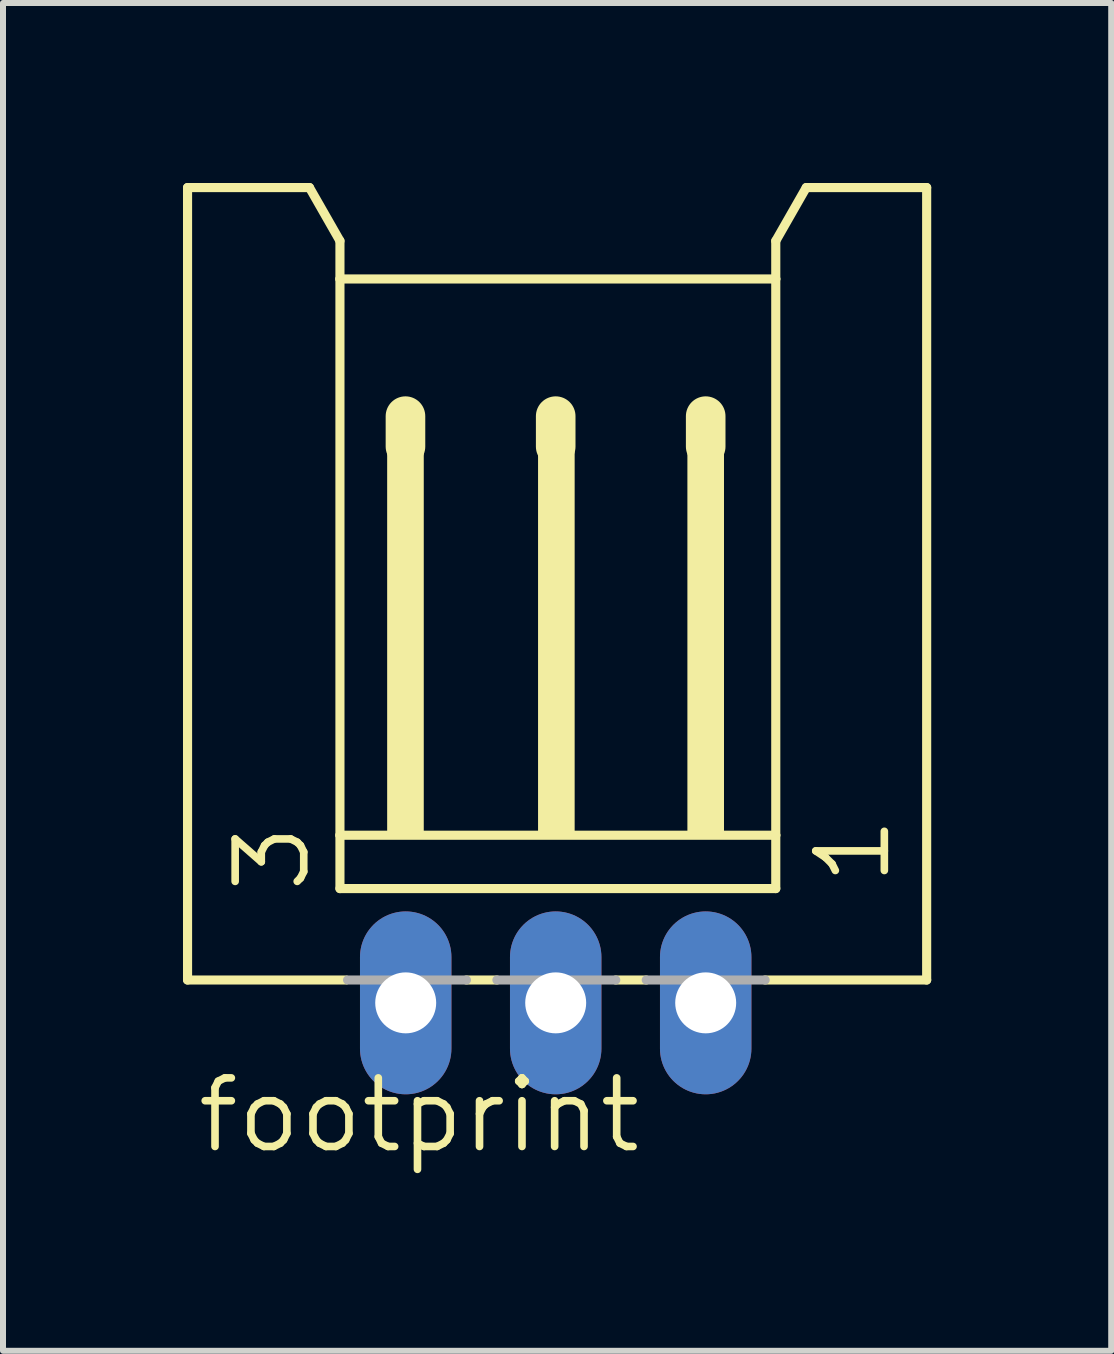
<source format=kicad_pcb>
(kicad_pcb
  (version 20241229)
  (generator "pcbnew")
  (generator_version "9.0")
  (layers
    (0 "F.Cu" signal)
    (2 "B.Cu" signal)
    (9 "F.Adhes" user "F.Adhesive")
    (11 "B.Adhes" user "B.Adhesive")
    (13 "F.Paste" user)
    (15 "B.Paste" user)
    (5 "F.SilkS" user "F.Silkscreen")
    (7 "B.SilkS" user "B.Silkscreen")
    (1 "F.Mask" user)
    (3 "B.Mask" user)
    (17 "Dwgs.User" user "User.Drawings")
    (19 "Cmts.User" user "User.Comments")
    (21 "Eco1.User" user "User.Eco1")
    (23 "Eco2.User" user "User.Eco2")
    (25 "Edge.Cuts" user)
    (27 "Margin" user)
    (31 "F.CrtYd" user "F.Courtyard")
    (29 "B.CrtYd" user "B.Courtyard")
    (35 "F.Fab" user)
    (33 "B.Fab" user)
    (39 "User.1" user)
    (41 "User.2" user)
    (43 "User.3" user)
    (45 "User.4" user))
  (footprint "footprint"
    (layer "F.Cu")
    (at 6.212 7.415)
    (property "Reference" "footprint" (at -6.034 8.79 0) (layer "F.SilkS") (effects (font (size 1.143 1.143) (thickness 0.127)) (justify left bottom)))
    (fp_line (start -6.136 -7.339) (end -4.104 -7.339) (stroke (width 0.152) (type solid)) (layer "F.SilkS"))
    (fp_line (start -6.136 5.869) (end -6.136 -7.339) (stroke (width 0.152) (type solid)) (layer "F.SilkS"))
    (fp_line (start -4.104 -7.339) (end -3.596 -6.45) (stroke (width 0.152) (type solid)) (layer "F.SilkS"))
    (fp_line (start -3.596 -6.45) (end -3.596 -5.815) (stroke (width 0.152) (type solid)) (layer "F.SilkS"))
    (fp_line (start -3.596 -5.815) (end -3.596 3.456) (stroke (width 0.152) (type solid)) (layer "F.SilkS"))
    (fp_line (start -3.596 3.456) (end -3.596 4.345) (stroke (width 0.152) (type solid)) (layer "F.SilkS"))
    (fp_line (start -3.494 5.869) (end -6.136 5.869) (stroke (width 0.152) (type solid)) (layer "F.SilkS"))
    (fp_line (start -2.504 -3.529) (end -2.504 -3.021) (stroke (width 0.66) (type solid)) (layer "F.SilkS"))
    (fp_line (start -0.98 5.869) (end -1.488 5.869) (stroke (width 0.152) (type solid)) (layer "F.SilkS"))
    (fp_line (start 0 -3.529) (end 0 -3.021) (stroke (width 0.66) (type solid)) (layer "F.SilkS"))
    (fp_line (start 1.509 5.869) (end 1.001 5.869) (stroke (width 0.152) (type solid)) (layer "F.SilkS"))
    (fp_line (start 2.5 -3.529) (end 2.5 -3.021) (stroke (width 0.66) (type solid)) (layer "F.SilkS"))
    (fp_line (start 3.668 -6.45) (end 3.668 -5.815) (stroke (width 0.152) (type solid)) (layer "F.SilkS"))
    (fp_line (start 3.668 -6.45) (end 4.176 -7.339) (stroke (width 0.152) (type solid)) (layer "F.SilkS"))
    (fp_line (start 3.668 -5.815) (end -3.596 -5.815) (stroke (width 0.152) (type solid)) (layer "F.SilkS"))
    (fp_line (start 3.668 -5.815) (end 3.668 3.456) (stroke (width 0.152) (type solid)) (layer "F.SilkS"))
    (fp_line (start 3.668 3.456) (end -3.596 3.456) (stroke (width 0.152) (type solid)) (layer "F.SilkS"))
    (fp_line (start 3.668 3.456) (end 3.668 4.345) (stroke (width 0.152) (type solid)) (layer "F.SilkS"))
    (fp_line (start 3.668 4.345) (end -3.596 4.345) (stroke (width 0.152) (type solid)) (layer "F.SilkS"))
    (fp_line (start 6.183 -7.339) (end 4.176 -7.339) (stroke (width 0.152) (type solid)) (layer "F.SilkS"))
    (fp_line (start 6.183 5.869) (end 3.491 5.869) (stroke (width 0.152) (type solid)) (layer "F.SilkS"))
    (fp_line (start 6.183 5.869) (end 6.183 -7.339) (stroke (width 0.152) (type solid)) (layer "F.SilkS"))
    (fp_poly (pts (xy -2.809 3.456) (xy -2.199 3.456) (xy -2.199 -3.148) (xy -2.809 -3.148)) (stroke (width 0) (type solid)) (fill yes) (layer "F.SilkS"))
    (fp_poly (pts (xy -0.294 3.456) (xy 0.316 3.456) (xy 0.316 -3.148) (xy -0.294 -3.148)) (stroke (width 0) (type solid)) (fill yes) (layer "F.SilkS"))
    (fp_poly (pts (xy 2.195 3.456) (xy 2.805 3.456) (xy 2.805 -3.148) (xy 2.195 -3.148)) (stroke (width 0) (type solid)) (fill yes) (layer "F.SilkS"))
    (fp_line (start -3.469 5.869) (end -1.488 5.869) (stroke (width 0.152) (type solid)) (layer "F.Fab"))
    (fp_line (start -0.98 5.869) (end 1.001 5.869) (stroke (width 0.152) (type solid)) (layer "F.Fab"))
    (fp_line (start 1.509 5.869) (end 3.491 5.869) (stroke (width 0.152) (type solid)) (layer "F.Fab"))
    (fp_poly (pts (xy -2.809 6.504) (xy -2.199 6.504) (xy -2.199 5.869) (xy -2.809 5.869)) (stroke (width 0.1) (type solid)) (fill no) (layer "F.Fab"))
    (fp_poly (pts (xy -0.294 6.504) (xy 0.316 6.504) (xy 0.316 5.869) (xy -0.294 5.869)) (stroke (width 0.1) (type solid)) (fill no) (layer "F.Fab"))
    (fp_poly (pts (xy 2.195 6.504) (xy 2.805 6.504) (xy 2.805 5.869) (xy 2.195 5.869)) (stroke (width 0.1) (type solid)) (fill no) (layer "F.Fab"))
    (fp_text user "1" (at 5.624 4.345 90) (layer "F.SilkS") (effects (font (size 1.143 1.143) (thickness 0.127)) (justify left bottom)))
    (fp_text user "3" (at -4.053 4.472 90) (layer "F.SilkS") (effects (font (size 1.143 1.143) (thickness 0.127)) (justify left bottom)))
    (pad "1" thru_hole oval (at 2.5 6.25 90) (size 3.048 1.524) (drill 1.016) (layers "*.Cu" "*.Mask"))
    (pad "2" thru_hole oval (at 0 6.25 90) (size 3.048 1.524) (drill 1.016) (layers "*.Cu" "*.Mask"))
    (pad "3" thru_hole oval (at -2.5 6.25 90) (size 3.048 1.524) (drill 1.016) (layers "*.Cu" "*.Mask")))
  (gr_rect
    (start -3 -3)
    (end 15.471 19.464)
    (stroke (width 0.1) (type default))
    (fill no)
    (layer "Edge.Cuts")))
</source>
